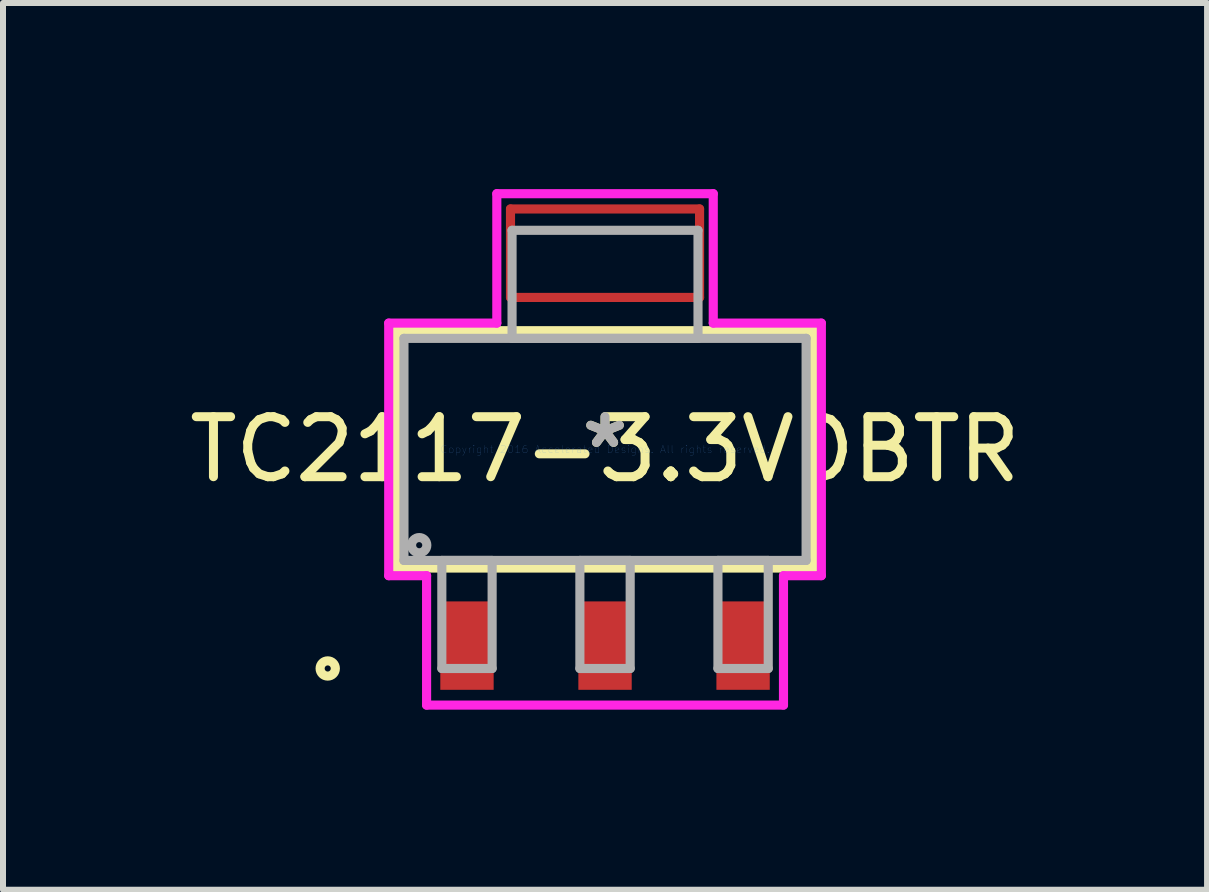
<source format=kicad_pcb>
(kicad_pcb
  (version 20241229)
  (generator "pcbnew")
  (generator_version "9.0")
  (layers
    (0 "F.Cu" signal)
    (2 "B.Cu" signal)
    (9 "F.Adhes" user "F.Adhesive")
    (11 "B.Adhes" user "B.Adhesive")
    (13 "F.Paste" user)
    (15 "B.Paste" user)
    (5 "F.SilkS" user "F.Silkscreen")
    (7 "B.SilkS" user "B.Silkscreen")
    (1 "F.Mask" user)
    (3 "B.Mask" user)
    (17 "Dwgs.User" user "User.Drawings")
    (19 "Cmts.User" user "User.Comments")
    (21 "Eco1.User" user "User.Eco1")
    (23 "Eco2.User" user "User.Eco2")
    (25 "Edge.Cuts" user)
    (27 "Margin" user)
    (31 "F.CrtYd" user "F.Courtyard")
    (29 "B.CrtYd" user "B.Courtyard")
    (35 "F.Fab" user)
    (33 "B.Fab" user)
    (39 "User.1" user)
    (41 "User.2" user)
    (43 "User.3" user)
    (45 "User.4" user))
  (footprint "TC2117-3.3VDBTR"
    (layer "F.Cu")
    (at 7.03 4.437)
    (property "Reference" "TC2117-3.3VDBTR" (at 0 0 0) (layer "F.SilkS") (effects (font (size 1 1) (thickness 0.15))))
    (attr through_hole)
    (fp_line (start -1.575 -4.006) (end -1.575 -2.532) (stroke (width 0.152) (type solid)) (layer "F.Cu"))
    (fp_line (start -1.575 -2.532) (end 1.575 -2.532) (stroke (width 0.152) (type solid)) (layer "F.Cu"))
    (fp_line (start 1.575 -4.006) (end -1.575 -4.006) (stroke (width 0.152) (type solid)) (layer "F.Cu"))
    (fp_line (start 1.575 -2.532) (end 1.575 -4.006) (stroke (width 0.152) (type solid)) (layer "F.Cu"))
    (fp_line (start -1.6 -4.361) (end -1.6 -2.177) (stroke (width 0.152) (type solid)) (layer "F.Mask"))
    (fp_line (start -1.6 -2.177) (end 1.6 -2.177) (stroke (width 0.152) (type solid)) (layer "F.Mask"))
    (fp_line (start 1.6 -4.361) (end -1.6 -4.361) (stroke (width 0.152) (type solid)) (layer "F.Mask"))
    (fp_line (start 1.6 -2.177) (end 1.6 -4.361) (stroke (width 0.152) (type solid)) (layer "F.Mask"))
    (fp_line (start -3.477 -1.977) (end -3.477 1.977) (stroke (width 0.152) (type solid)) (layer "F.SilkS"))
    (fp_line (start -3.477 1.977) (end 3.477 1.977) (stroke (width 0.152) (type solid)) (layer "F.SilkS"))
    (fp_line (start 3.477 -1.977) (end -3.477 -1.977) (stroke (width 0.152) (type solid)) (layer "F.SilkS"))
    (fp_line (start 3.477 1.977) (end 3.477 -1.977) (stroke (width 0.152) (type solid)) (layer "F.SilkS"))
    (fp_circle (center -4.62 3.65) (end -4.493 3.65) (stroke (width 0.152) (type solid)) (fill no) (layer "F.SilkS"))
    (fp_line (start -1.575 -4.006) (end -1.575 -2.532) (stroke (width 0.152) (type solid)) (layer "F.Paste"))
    (fp_line (start -1.575 -2.532) (end 1.575 -2.532) (stroke (width 0.152) (type solid)) (layer "F.Paste"))
    (fp_line (start 1.575 -4.006) (end -1.575 -4.006) (stroke (width 0.152) (type solid)) (layer "F.Paste"))
    (fp_line (start 1.575 -2.532) (end 1.575 -4.006) (stroke (width 0.152) (type solid)) (layer "F.Paste"))
    (fp_line (start -3.604 -2.104) (end -1.803 -2.104) (stroke (width 0.152) (type solid)) (layer "F.CrtYd"))
    (fp_line (start -3.604 2.104) (end -3.604 -2.104) (stroke (width 0.152) (type solid)) (layer "F.CrtYd"))
    (fp_line (start -2.973 2.104) (end -3.604 2.104) (stroke (width 0.152) (type solid)) (layer "F.CrtYd"))
    (fp_line (start -2.973 4.26) (end -2.973 2.104) (stroke (width 0.152) (type solid)) (layer "F.CrtYd"))
    (fp_line (start -1.803 -4.26) (end 1.803 -4.26) (stroke (width 0.152) (type solid)) (layer "F.CrtYd"))
    (fp_line (start -1.803 -2.104) (end -1.803 -4.26) (stroke (width 0.152) (type solid)) (layer "F.CrtYd"))
    (fp_line (start 1.803 -4.26) (end 1.803 -2.104) (stroke (width 0.152) (type solid)) (layer "F.CrtYd"))
    (fp_line (start 1.803 -2.104) (end 3.604 -2.104) (stroke (width 0.152) (type solid)) (layer "F.CrtYd"))
    (fp_line (start 2.973 2.104) (end 2.973 4.26) (stroke (width 0.152) (type solid)) (layer "F.CrtYd"))
    (fp_line (start 2.973 4.26) (end -2.973 4.26) (stroke (width 0.152) (type solid)) (layer "F.CrtYd"))
    (fp_line (start 3.604 -2.104) (end 3.604 2.104) (stroke (width 0.152) (type solid)) (layer "F.CrtYd"))
    (fp_line (start 3.604 2.104) (end 2.973 2.104) (stroke (width 0.152) (type solid)) (layer "F.CrtYd"))
    (fp_line (start -3.35 -1.85) (end -3.35 1.85) (stroke (width 0.152) (type solid)) (layer "F.Fab"))
    (fp_line (start -3.35 1.85) (end 3.35 1.85) (stroke (width 0.152) (type solid)) (layer "F.Fab"))
    (fp_line (start -2.719 1.85) (end -2.719 3.65) (stroke (width 0.152) (type solid)) (layer "F.Fab"))
    (fp_line (start -2.719 3.65) (end -1.881 3.65) (stroke (width 0.152) (type solid)) (layer "F.Fab"))
    (fp_line (start -1.881 1.85) (end -2.719 1.85) (stroke (width 0.152) (type solid)) (layer "F.Fab"))
    (fp_line (start -1.881 3.65) (end -1.881 1.85) (stroke (width 0.152) (type solid)) (layer "F.Fab"))
    (fp_line (start -1.549 -3.65) (end -1.549 -1.85) (stroke (width 0.152) (type solid)) (layer "F.Fab"))
    (fp_line (start -1.549 -1.85) (end 1.549 -1.85) (stroke (width 0.152) (type solid)) (layer "F.Fab"))
    (fp_line (start -0.419 1.85) (end -0.419 3.65) (stroke (width 0.152) (type solid)) (layer "F.Fab"))
    (fp_line (start -0.419 3.65) (end 0.419 3.65) (stroke (width 0.152) (type solid)) (layer "F.Fab"))
    (fp_line (start 0.419 1.85) (end -0.419 1.85) (stroke (width 0.152) (type solid)) (layer "F.Fab"))
    (fp_line (start 0.419 3.65) (end 0.419 1.85) (stroke (width 0.152) (type solid)) (layer "F.Fab"))
    (fp_line (start 1.549 -3.65) (end -1.549 -3.65) (stroke (width 0.152) (type solid)) (layer "F.Fab"))
    (fp_line (start 1.549 -1.85) (end 1.549 -3.65) (stroke (width 0.152) (type solid)) (layer "F.Fab"))
    (fp_line (start 1.881 1.85) (end 1.881 3.65) (stroke (width 0.152) (type solid)) (layer "F.Fab"))
    (fp_line (start 1.881 3.65) (end 2.719 3.65) (stroke (width 0.152) (type solid)) (layer "F.Fab"))
    (fp_line (start 2.719 1.85) (end 1.881 1.85) (stroke (width 0.152) (type solid)) (layer "F.Fab"))
    (fp_line (start 2.719 3.65) (end 2.719 1.85) (stroke (width 0.152) (type solid)) (layer "F.Fab"))
    (fp_line (start 3.35 -1.85) (end -3.35 -1.85) (stroke (width 0.152) (type solid)) (layer "F.Fab"))
    (fp_line (start 3.35 1.85) (end 3.35 -1.85) (stroke (width 0.152) (type solid)) (layer "F.Fab"))
    (fp_circle (center -3.096 1.596) (end -2.969 1.596) (stroke (width 0.152) (type solid)) (fill no) (layer "F.Fab"))
    (fp_text user "*" (at 0 0 0) (layer "F.SilkS") (effects (font (size 1 1) (thickness 0.15))))
    (fp_text user "Copyright 2016 Accelerated Designs. All rights reserved." (at 0 0 0) (layer "Cmts.User") (effects (font (size 0.127 0.127) (thickness 0.002))))
    (fp_text user "*" (at 0 0 0) (layer "F.Fab") (effects (font (size 1 1) (thickness 0.15))))
    (pad "1" smd rect (at -2.3 3.269) (size 0.889 1.473) (layers "F.Cu" "F.Mask" "F.Paste"))
    (pad "2" smd rect (at 0 3.269) (size 0.889 1.473) (layers "F.Cu" "F.Mask" "F.Paste"))
    (pad "3" smd rect (at 2.3 3.269) (size 0.889 1.473) (layers "F.Cu" "F.Mask" "F.Paste")))
  (gr_rect
    (start -3 -3)
    (end 17.06 11.773)
    (stroke (width 0.1) (type default))
    (fill no)
    (layer "Edge.Cuts")))
</source>
